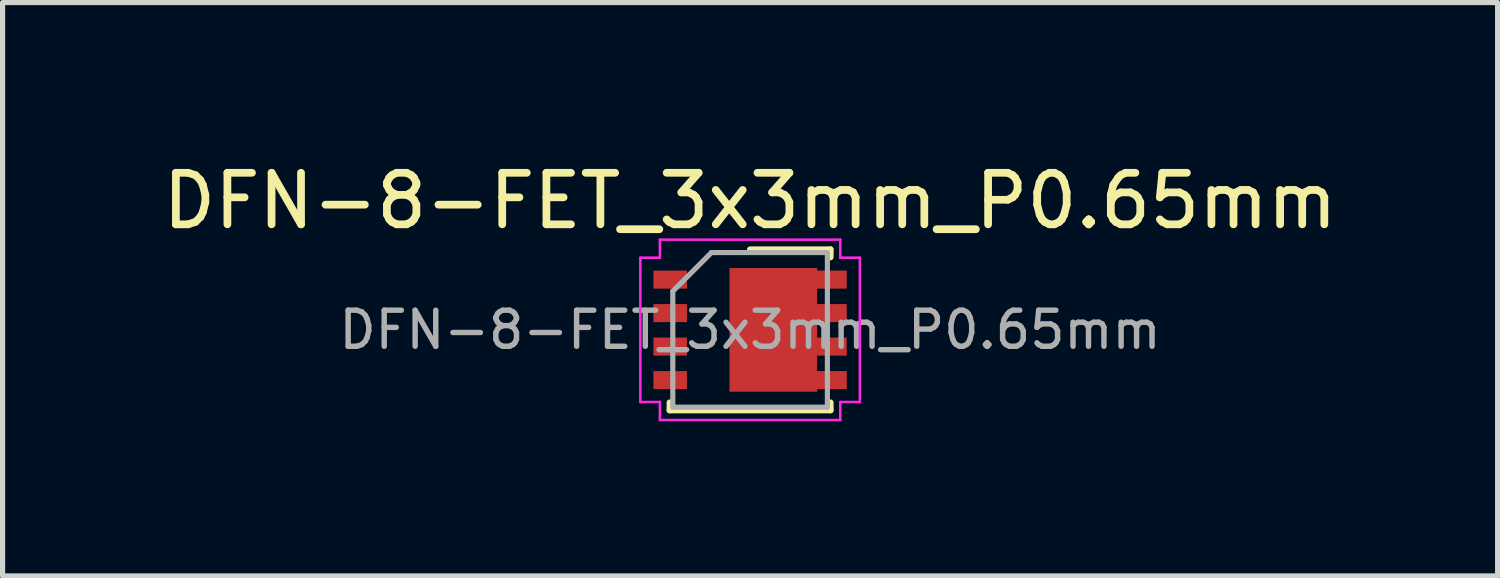
<source format=kicad_pcb>
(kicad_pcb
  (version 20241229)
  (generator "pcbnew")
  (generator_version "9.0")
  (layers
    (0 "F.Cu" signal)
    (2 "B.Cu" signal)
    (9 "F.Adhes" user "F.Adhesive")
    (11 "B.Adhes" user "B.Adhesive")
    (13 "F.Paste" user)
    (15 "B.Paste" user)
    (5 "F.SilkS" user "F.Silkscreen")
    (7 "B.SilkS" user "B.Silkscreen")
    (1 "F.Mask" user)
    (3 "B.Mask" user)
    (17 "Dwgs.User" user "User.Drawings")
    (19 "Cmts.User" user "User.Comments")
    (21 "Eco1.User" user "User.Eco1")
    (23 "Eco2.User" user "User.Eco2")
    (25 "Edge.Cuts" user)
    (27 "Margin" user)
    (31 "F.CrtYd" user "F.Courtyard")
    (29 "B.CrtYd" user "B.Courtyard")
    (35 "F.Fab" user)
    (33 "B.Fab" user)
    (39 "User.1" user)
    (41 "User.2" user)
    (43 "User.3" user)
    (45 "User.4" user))
  (footprint "DFN-8-FET_3x3mm_P0.65mm"
    (layer "F.Cu")
    (at 11.506 3.351)
    (property "Reference" "DFN-8-FET_3x3mm_P0.65mm" (at 0 -2.503 0) (unlocked yes) (layer "F.SilkS") (effects (font (size 1 1) (thickness 0.15))))
    (attr smd)
    (fp_line (start -1.56 1.56) (end -1.56 1.41) (stroke (width 0.12) (type solid)) (layer "F.SilkS"))
    (fp_line (start -1.56 1.56) (end 1.56 1.56) (stroke (width 0.12) (type solid)) (layer "F.SilkS"))
    (fp_line (start 0 -1.56) (end 1.56 -1.56) (stroke (width 0.12) (type solid)) (layer "F.SilkS"))
    (fp_line (start 1.56 -1.56) (end 1.56 -1.41) (stroke (width 0.12) (type solid)) (layer "F.SilkS"))
    (fp_line (start 1.56 1.56) (end 1.56 1.41) (stroke (width 0.12) (type solid)) (layer "F.SilkS"))
    (fp_line (start -2.13 -1.4) (end -2.13 1.4) (stroke (width 0.05) (type solid)) (layer "F.CrtYd"))
    (fp_line (start -1.75 -1.75) (end -1.75 -1.4) (stroke (width 0.05) (type solid)) (layer "F.CrtYd"))
    (fp_line (start -1.75 -1.75) (end 1.75 -1.75) (stroke (width 0.05) (type solid)) (layer "F.CrtYd"))
    (fp_line (start -1.75 -1.4) (end -2.13 -1.4) (stroke (width 0.05) (type solid)) (layer "F.CrtYd"))
    (fp_line (start -1.75 1.4) (end -2.13 1.4) (stroke (width 0.05) (type solid)) (layer "F.CrtYd"))
    (fp_line (start -1.75 1.75) (end -1.75 1.4) (stroke (width 0.05) (type solid)) (layer "F.CrtYd"))
    (fp_line (start -1.75 1.75) (end 1.75 1.75) (stroke (width 0.05) (type solid)) (layer "F.CrtYd"))
    (fp_line (start 1.75 -1.75) (end 1.75 -1.4) (stroke (width 0.05) (type solid)) (layer "F.CrtYd"))
    (fp_line (start 1.75 -1.4) (end 2.13 -1.4) (stroke (width 0.05) (type solid)) (layer "F.CrtYd"))
    (fp_line (start 1.75 1.4) (end 2.13 1.4) (stroke (width 0.05) (type solid)) (layer "F.CrtYd"))
    (fp_line (start 1.75 1.75) (end 1.75 1.4) (stroke (width 0.05) (type solid)) (layer "F.CrtYd"))
    (fp_line (start 2.13 -1.4) (end 2.13 1.4) (stroke (width 0.05) (type solid)) (layer "F.CrtYd"))
    (fp_line (start -1.5 -0.75) (end -0.75 -1.5) (stroke (width 0.1) (type solid)) (layer "F.Fab"))
    (fp_line (start -1.5 1.5) (end -1.5 -0.75) (stroke (width 0.1) (type solid)) (layer "F.Fab"))
    (fp_line (start -0.75 -1.5) (end 1.5 -1.5) (stroke (width 0.1) (type solid)) (layer "F.Fab"))
    (fp_line (start 1.5 -1.5) (end 1.5 1.5) (stroke (width 0.1) (type solid)) (layer "F.Fab"))
    (fp_line (start 1.5 1.5) (end -1.5 1.5) (stroke (width 0.1) (type solid)) (layer "F.Fab"))
    (fp_text user "${REFERENCE}" (at 0 0 0) (layer "F.Fab") (effects (font (size 0.7 0.7) (thickness 0.105))))
    (pad "" smd rect (at 0 -0.6) (size 0.6 1) (layers "F.Paste"))
    (pad "" smd rect (at 0 0.6) (size 0.6 1) (layers "F.Paste"))
    (pad "" smd rect (at 0.85 -0.6) (size 0.6 1) (layers "F.Paste"))
    (pad "" smd rect (at 0.85 0.6) (size 0.6 1) (layers "F.Paste"))
    (pad "1" smd rect (at -1.55 -0.975) (size 0.65 0.35) (layers "F.Cu" "F.Mask" "F.Paste"))
    (pad "2" smd rect (at -1.55 -0.325) (size 0.65 0.35) (layers "F.Cu" "F.Mask" "F.Paste"))
    (pad "3" smd rect (at -1.55 0.325) (size 0.65 0.35) (layers "F.Cu" "F.Mask" "F.Paste"))
    (pad "4" smd rect (at -1.55 0.975) (size 0.65 0.35) (layers "F.Cu" "F.Mask" "F.Paste"))
    (pad "5" smd rect (at 1.55 0.975) (size 0.65 0.35) (layers "F.Cu" "F.Mask" "F.Paste"))
    (pad "6" smd rect (at 1.55 0.325) (size 0.65 0.35) (layers "F.Cu" "F.Mask" "F.Paste"))
    (pad "7" smd rect (at 1.55 -0.325) (size 0.65 0.35) (layers "F.Cu" "F.Mask" "F.Paste"))
    (pad "8" smd rect (at 1.55 -0.975) (size 0.65 0.35) (layers "F.Cu" "F.Mask" "F.Paste"))
    (pad "9" smd rect (at 0.45 0) (size 1.7 2.4) (layers "F.Cu" "F.Mask")))
  (gr_rect
    (start -3 -3)
    (end 26.012 8.126)
    (stroke (width 0.1) (type default))
    (fill no)
    (layer "Edge.Cuts")))
</source>
